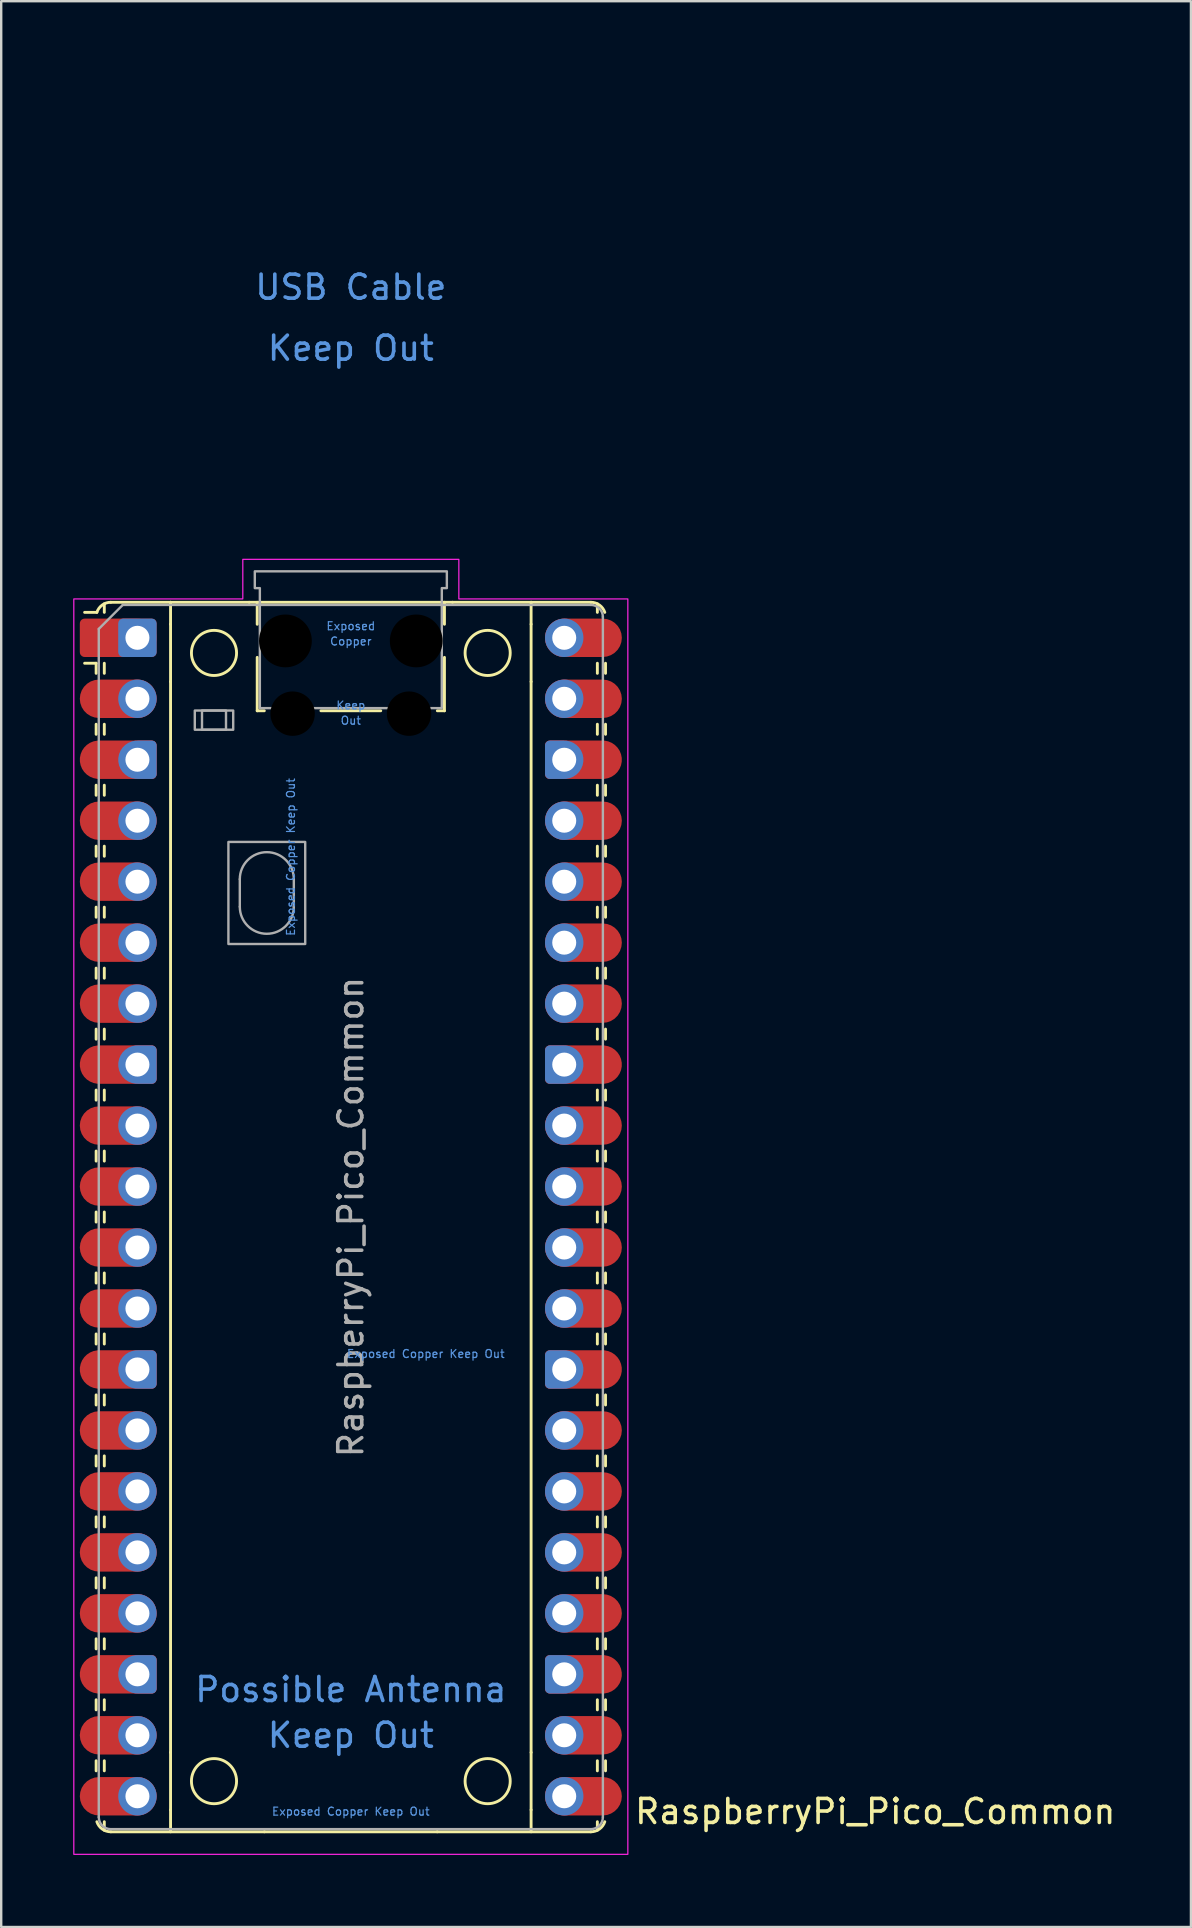
<source format=kicad_pcb>
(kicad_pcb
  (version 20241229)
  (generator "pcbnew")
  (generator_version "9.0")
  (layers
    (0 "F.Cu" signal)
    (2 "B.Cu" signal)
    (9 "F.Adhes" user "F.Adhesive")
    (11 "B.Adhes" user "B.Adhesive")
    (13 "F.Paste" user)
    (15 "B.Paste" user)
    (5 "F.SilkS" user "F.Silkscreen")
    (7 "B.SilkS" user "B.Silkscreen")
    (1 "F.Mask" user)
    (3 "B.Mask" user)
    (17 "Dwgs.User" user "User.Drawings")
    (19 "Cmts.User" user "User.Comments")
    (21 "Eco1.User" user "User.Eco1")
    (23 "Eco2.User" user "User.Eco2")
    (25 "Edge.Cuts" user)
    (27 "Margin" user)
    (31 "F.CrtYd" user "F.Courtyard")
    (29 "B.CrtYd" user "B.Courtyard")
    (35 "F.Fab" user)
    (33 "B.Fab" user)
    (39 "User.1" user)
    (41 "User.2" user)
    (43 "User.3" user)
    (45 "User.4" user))
  (footprint "RaspberryPi_Pico_Common"
    (layer "F.Cu")
    (at 11.565 47.65)
    (property "Reference" "RaspberryPi_Pico_Common" (at 11.748 24.765 0) (unlocked yes) (layer "F.SilkS") (effects (font (size 1 1) (thickness 0.15)) (justify left)))
    (attr through_hole)
    (fp_line (start -10.61 -23.07) (end -11.09 -23.07) (stroke (width 0.12) (type solid)) (layer "F.SilkS"))
    (fp_line (start -10.61 -23.07) (end -10.61 -22.65) (stroke (width 0.12) (type solid)) (layer "F.SilkS"))
    (fp_line (start -10.61 -20.53) (end -10.61 -20.11) (stroke (width 0.12) (type solid)) (layer "F.SilkS"))
    (fp_line (start -10.61 -17.99) (end -10.61 -17.57) (stroke (width 0.12) (type solid)) (layer "F.SilkS"))
    (fp_line (start -10.61 -15.45) (end -10.61 -15.03) (stroke (width 0.12) (type solid)) (layer "F.SilkS"))
    (fp_line (start -10.61 -12.91) (end -10.61 -12.49) (stroke (width 0.12) (type solid)) (layer "F.SilkS"))
    (fp_line (start -10.61 -10.37) (end -10.61 -9.95) (stroke (width 0.12) (type solid)) (layer "F.SilkS"))
    (fp_line (start -10.61 -7.83) (end -10.61 -7.41) (stroke (width 0.12) (type solid)) (layer "F.SilkS"))
    (fp_line (start -10.61 -5.29) (end -10.61 -4.87) (stroke (width 0.12) (type solid)) (layer "F.SilkS"))
    (fp_line (start -10.61 -2.75) (end -10.61 -2.33) (stroke (width 0.12) (type solid)) (layer "F.SilkS"))
    (fp_line (start -10.61 -0.21) (end -10.61 0.21) (stroke (width 0.12) (type solid)) (layer "F.SilkS"))
    (fp_line (start -10.61 2.33) (end -10.61 2.75) (stroke (width 0.12) (type solid)) (layer "F.SilkS"))
    (fp_line (start -10.61 4.87) (end -10.61 5.29) (stroke (width 0.12) (type solid)) (layer "F.SilkS"))
    (fp_line (start -10.61 7.41) (end -10.61 7.83) (stroke (width 0.12) (type solid)) (layer "F.SilkS"))
    (fp_line (start -10.61 9.95) (end -10.61 10.37) (stroke (width 0.12) (type solid)) (layer "F.SilkS"))
    (fp_line (start -10.61 12.49) (end -10.61 12.91) (stroke (width 0.12) (type solid)) (layer "F.SilkS"))
    (fp_line (start -10.61 15.03) (end -10.61 15.45) (stroke (width 0.12) (type solid)) (layer "F.SilkS"))
    (fp_line (start -10.61 17.57) (end -10.61 17.99) (stroke (width 0.12) (type solid)) (layer "F.SilkS"))
    (fp_line (start -10.61 20.11) (end -10.61 20.53) (stroke (width 0.12) (type solid)) (layer "F.SilkS"))
    (fp_line (start -10.61 22.65) (end -10.61 23.07) (stroke (width 0.12) (type solid)) (layer "F.SilkS"))
    (fp_line (start -10.58 -25.19) (end -11.09 -25.19) (stroke (width 0.12) (type solid)) (layer "F.SilkS"))
    (fp_line (start -10.27 -25.19) (end -10.27 -25.547) (stroke (width 0.12) (type solid)) (layer "F.SilkS"))
    (fp_line (start -10.27 -23.07) (end -10.27 -22.65) (stroke (width 0.12) (type solid)) (layer "F.SilkS"))
    (fp_line (start -10.27 -20.53) (end -10.27 -20.11) (stroke (width 0.12) (type solid)) (layer "F.SilkS"))
    (fp_line (start -10.27 -17.99) (end -10.27 -17.57) (stroke (width 0.12) (type solid)) (layer "F.SilkS"))
    (fp_line (start -10.27 -15.45) (end -10.27 -15.03) (stroke (width 0.12) (type solid)) (layer "F.SilkS"))
    (fp_line (start -10.27 -12.91) (end -10.27 -12.49) (stroke (width 0.12) (type solid)) (layer "F.SilkS"))
    (fp_line (start -10.27 -10.37) (end -10.27 -9.95) (stroke (width 0.12) (type solid)) (layer "F.SilkS"))
    (fp_line (start -10.27 -7.83) (end -10.27 -7.41) (stroke (width 0.12) (type solid)) (layer "F.SilkS"))
    (fp_line (start -10.27 -5.29) (end -10.27 -4.87) (stroke (width 0.12) (type solid)) (layer "F.SilkS"))
    (fp_line (start -10.27 -2.75) (end -10.27 -2.33) (stroke (width 0.12) (type solid)) (layer "F.SilkS"))
    (fp_line (start -10.27 -0.21) (end -10.27 0.21) (stroke (width 0.12) (type solid)) (layer "F.SilkS"))
    (fp_line (start -10.27 2.33) (end -10.27 2.75) (stroke (width 0.12) (type solid)) (layer "F.SilkS"))
    (fp_line (start -10.27 4.87) (end -10.27 5.29) (stroke (width 0.12) (type solid)) (layer "F.SilkS"))
    (fp_line (start -10.27 7.41) (end -10.27 7.83) (stroke (width 0.12) (type solid)) (layer "F.SilkS"))
    (fp_line (start -10.27 9.95) (end -10.27 10.37) (stroke (width 0.12) (type solid)) (layer "F.SilkS"))
    (fp_line (start -10.27 12.49) (end -10.27 12.91) (stroke (width 0.12) (type solid)) (layer "F.SilkS"))
    (fp_line (start -10.27 15.03) (end -10.27 15.45) (stroke (width 0.12) (type solid)) (layer "F.SilkS"))
    (fp_line (start -10.27 17.57) (end -10.27 17.99) (stroke (width 0.12) (type solid)) (layer "F.SilkS"))
    (fp_line (start -10.27 20.11) (end -10.27 20.53) (stroke (width 0.12) (type solid)) (layer "F.SilkS"))
    (fp_line (start -10.27 22.65) (end -10.27 23.07) (stroke (width 0.12) (type solid)) (layer "F.SilkS"))
    (fp_line (start -10.27 25.19) (end -10.27 25.547) (stroke (width 0.12) (type solid)) (layer "F.SilkS"))
    (fp_line (start -10 -25.61) (end -7.51 -25.61) (stroke (width 0.12) (type solid)) (layer "F.SilkS"))
    (fp_line (start -10 25.61) (end -3.6 25.61) (stroke (width 0.12) (type solid)) (layer "F.SilkS"))
    (fp_line (start -7.51 -25.61) (end -7.51 -24.696) (stroke (width 0.12) (type solid)) (layer "F.SilkS"))
    (fp_line (start -7.51 -25.61) (end -4.235 -25.61) (stroke (width 0.12) (type solid)) (layer "F.SilkS"))
    (fp_line (start -7.51 -24.696) (end -7.51 -22.304) (stroke (width 0.12) (type solid)) (layer "F.SilkS"))
    (fp_line (start -7.51 -22.304) (end -7.51 22.304) (stroke (width 0.12) (type solid)) (layer "F.SilkS"))
    (fp_line (start -7.51 22.304) (end -7.51 24.696) (stroke (width 0.12) (type solid)) (layer "F.SilkS"))
    (fp_line (start -7.51 24.696) (end -7.51 25.61) (stroke (width 0.12) (type solid)) (layer "F.SilkS"))
    (fp_line (start -4.235 -25.61) (end 4.235 -25.61) (stroke (width 0.12) (type solid)) (layer "F.SilkS"))
    (fp_line (start -3.9 -25.61) (end -3.9 -24.694) (stroke (width 0.12) (type solid)) (layer "F.SilkS"))
    (fp_line (start -3.9 -23.315) (end -3.9 -21.09) (stroke (width 0.12) (type solid)) (layer "F.SilkS"))
    (fp_line (start -3.9 -21.09) (end -3.604 -21.09) (stroke (width 0.12) (type solid)) (layer "F.SilkS"))
    (fp_line (start -1.246 -21.09) (end 1.246 -21.09) (stroke (width 0.12) (type solid)) (layer "F.SilkS"))
    (fp_line (start 3.6 25.61) (end -3.6 25.61) (stroke (width 0.12) (type solid)) (layer "F.SilkS"))
    (fp_line (start 3.6 25.61) (end 10 25.61) (stroke (width 0.12) (type solid)) (layer "F.SilkS"))
    (fp_line (start 3.604 -21.09) (end 3.9 -21.09) (stroke (width 0.12) (type solid)) (layer "F.SilkS"))
    (fp_line (start 3.9 -25.61) (end 3.9 -24.694) (stroke (width 0.12) (type solid)) (layer "F.SilkS"))
    (fp_line (start 3.9 -23.315) (end 3.9 -21.09) (stroke (width 0.12) (type solid)) (layer "F.SilkS"))
    (fp_line (start 4.235 -25.61) (end 7.51 -25.61) (stroke (width 0.12) (type solid)) (layer "F.SilkS"))
    (fp_line (start 7.51 -25.61) (end 7.51 -24.696) (stroke (width 0.12) (type solid)) (layer "F.SilkS"))
    (fp_line (start 7.51 -24.696) (end 7.51 -22.304) (stroke (width 0.12) (type solid)) (layer "F.SilkS"))
    (fp_line (start 7.51 -22.304) (end 7.51 22.304) (stroke (width 0.12) (type solid)) (layer "F.SilkS"))
    (fp_line (start 7.51 22.304) (end 7.51 24.696) (stroke (width 0.12) (type solid)) (layer "F.SilkS"))
    (fp_line (start 7.51 24.696) (end 7.51 25.61) (stroke (width 0.12) (type solid)) (layer "F.SilkS"))
    (fp_line (start 10 -25.61) (end 7.51 -25.61) (stroke (width 0.12) (type solid)) (layer "F.SilkS"))
    (fp_line (start 10.27 -25.19) (end 10.27 -25.547) (stroke (width 0.12) (type solid)) (layer "F.SilkS"))
    (fp_line (start 10.27 -23.07) (end 10.27 -22.65) (stroke (width 0.12) (type solid)) (layer "F.SilkS"))
    (fp_line (start 10.27 -20.53) (end 10.27 -20.11) (stroke (width 0.12) (type solid)) (layer "F.SilkS"))
    (fp_line (start 10.27 -17.99) (end 10.27 -17.57) (stroke (width 0.12) (type solid)) (layer "F.SilkS"))
    (fp_line (start 10.27 -15.45) (end 10.27 -15.03) (stroke (width 0.12) (type solid)) (layer "F.SilkS"))
    (fp_line (start 10.27 -12.91) (end 10.27 -12.49) (stroke (width 0.12) (type solid)) (layer "F.SilkS"))
    (fp_line (start 10.27 -10.37) (end 10.27 -9.95) (stroke (width 0.12) (type solid)) (layer "F.SilkS"))
    (fp_line (start 10.27 -7.83) (end 10.27 -7.41) (stroke (width 0.12) (type solid)) (layer "F.SilkS"))
    (fp_line (start 10.27 -5.29) (end 10.27 -4.87) (stroke (width 0.12) (type solid)) (layer "F.SilkS"))
    (fp_line (start 10.27 -2.75) (end 10.27 -2.33) (stroke (width 0.12) (type solid)) (layer "F.SilkS"))
    (fp_line (start 10.27 -0.21) (end 10.27 0.21) (stroke (width 0.12) (type solid)) (layer "F.SilkS"))
    (fp_line (start 10.27 2.33) (end 10.27 2.75) (stroke (width 0.12) (type solid)) (layer "F.SilkS"))
    (fp_line (start 10.27 4.87) (end 10.27 5.29) (stroke (width 0.12) (type solid)) (layer "F.SilkS"))
    (fp_line (start 10.27 7.41) (end 10.27 7.83) (stroke (width 0.12) (type solid)) (layer "F.SilkS"))
    (fp_line (start 10.27 9.95) (end 10.27 10.37) (stroke (width 0.12) (type solid)) (layer "F.SilkS"))
    (fp_line (start 10.27 12.49) (end 10.27 12.91) (stroke (width 0.12) (type solid)) (layer "F.SilkS"))
    (fp_line (start 10.27 15.03) (end 10.27 15.45) (stroke (width 0.12) (type solid)) (layer "F.SilkS"))
    (fp_line (start 10.27 17.57) (end 10.27 17.99) (stroke (width 0.12) (type solid)) (layer "F.SilkS"))
    (fp_line (start 10.27 20.11) (end 10.27 20.53) (stroke (width 0.12) (type solid)) (layer "F.SilkS"))
    (fp_line (start 10.27 22.65) (end 10.27 23.07) (stroke (width 0.12) (type solid)) (layer "F.SilkS"))
    (fp_line (start 10.27 25.19) (end 10.27 25.547) (stroke (width 0.12) (type solid)) (layer "F.SilkS"))
    (fp_line (start 10.61 -23.07) (end 10.61 -22.65) (stroke (width 0.12) (type solid)) (layer "F.SilkS"))
    (fp_line (start 10.61 -20.53) (end 10.61 -20.11) (stroke (width 0.12) (type solid)) (layer "F.SilkS"))
    (fp_line (start 10.61 -17.99) (end 10.61 -17.57) (stroke (width 0.12) (type solid)) (layer "F.SilkS"))
    (fp_line (start 10.61 -15.45) (end 10.61 -15.03) (stroke (width 0.12) (type solid)) (layer "F.SilkS"))
    (fp_line (start 10.61 -12.91) (end 10.61 -12.49) (stroke (width 0.12) (type solid)) (layer "F.SilkS"))
    (fp_line (start 10.61 -10.37) (end 10.61 -9.95) (stroke (width 0.12) (type solid)) (layer "F.SilkS"))
    (fp_line (start 10.61 -7.83) (end 10.61 -7.41) (stroke (width 0.12) (type solid)) (layer "F.SilkS"))
    (fp_line (start 10.61 -5.29) (end 10.61 -4.87) (stroke (width 0.12) (type solid)) (layer "F.SilkS"))
    (fp_line (start 10.61 -2.75) (end 10.61 -2.33) (stroke (width 0.12) (type solid)) (layer "F.SilkS"))
    (fp_line (start 10.61 -0.21) (end 10.61 0.21) (stroke (width 0.12) (type solid)) (layer "F.SilkS"))
    (fp_line (start 10.61 2.33) (end 10.61 2.75) (stroke (width 0.12) (type solid)) (layer "F.SilkS"))
    (fp_line (start 10.61 4.87) (end 10.61 5.29) (stroke (width 0.12) (type solid)) (layer "F.SilkS"))
    (fp_line (start 10.61 7.41) (end 10.61 7.83) (stroke (width 0.12) (type solid)) (layer "F.SilkS"))
    (fp_line (start 10.61 9.95) (end 10.61 10.37) (stroke (width 0.12) (type solid)) (layer "F.SilkS"))
    (fp_line (start 10.61 12.49) (end 10.61 12.91) (stroke (width 0.12) (type solid)) (layer "F.SilkS"))
    (fp_line (start 10.61 15.03) (end 10.61 15.45) (stroke (width 0.12) (type solid)) (layer "F.SilkS"))
    (fp_line (start 10.61 17.57) (end 10.61 17.99) (stroke (width 0.12) (type solid)) (layer "F.SilkS"))
    (fp_line (start 10.61 20.11) (end 10.61 20.53) (stroke (width 0.12) (type solid)) (layer "F.SilkS"))
    (fp_line (start 10.61 22.65) (end 10.61 23.07) (stroke (width 0.12) (type solid)) (layer "F.SilkS"))
    (fp_arc (start -10.579676 -25.19) (mid -10.357938 -25.493944) (end -10 -25.61) (stroke (width 0.12) (type solid)) (layer "F.SilkS"))
    (fp_arc (start -10 25.61) (mid -10.357937 25.493944) (end -10.579676 25.189937) (stroke (width 0.12) (type solid)) (layer "F.SilkS"))
    (fp_arc (start 10 -25.61) (mid 10.357937 -25.493944) (end 10.579676 -25.189937) (stroke (width 0.12) (type solid)) (layer "F.SilkS"))
    (fp_arc (start 10.579676 25.189937) (mid 10.357947 25.493958) (end 10 25.61) (stroke (width 0.12) (type solid)) (layer "F.SilkS"))
    (fp_circle (center -5.7 -23.5) (end -4.76 -23.5) (stroke (width 0.12) (type solid)) (fill no) (layer "F.SilkS"))
    (fp_circle (center -5.7 23.5) (end -4.76 23.5) (stroke (width 0.12) (type solid)) (fill no) (layer "F.SilkS"))
    (fp_circle (center 5.7 -23.5) (end 6.64 -23.5) (stroke (width 0.12) (type solid)) (fill no) (layer "F.SilkS"))
    (fp_circle (center 5.7 23.5) (end 6.64 23.5) (stroke (width 0.12) (type solid)) (fill no) (layer "F.SilkS"))
    (fp_poly (pts (xy -4.5 -27.4) (xy 4.5 -27.4) (xy 4.5 -25.75) (xy 11.54 -25.75) (xy 11.54 26.55) (xy -11.54 26.55) (xy -11.54 -25.75) (xy -4.5 -25.75)) (stroke (width 0.05) (type solid)) (fill no) (layer "F.CrtYd"))
    (fp_line (start -10.5 -24.5) (end -9.5 -25.5) (stroke (width 0.1) (type solid)) (layer "F.Fab"))
    (fp_line (start -10.5 25) (end -10.5 -24.5) (stroke (width 0.1) (type solid)) (layer "F.Fab"))
    (fp_line (start -9.5 -25.5) (end 10 -25.5) (stroke (width 0.1) (type solid)) (layer "F.Fab"))
    (fp_line (start -4.625 -14.075) (end -4.625 -12.925) (stroke (width 0.1) (type solid)) (layer "F.Fab"))
    (fp_line (start -2.375 -14.075) (end -2.375 -12.925) (stroke (width 0.1) (type solid)) (layer "F.Fab"))
    (fp_line (start 10 25.5) (end -10 25.5) (stroke (width 0.1) (type solid)) (layer "F.Fab"))
    (fp_line (start 10.5 -25) (end 10.5 25) (stroke (width 0.1) (type solid)) (layer "F.Fab"))
    (fp_rect (start -6.5 -21.1) (end -4.9 -20.3) (stroke (width 0.1) (type solid)) (fill no) (layer "F.Fab"))
    (fp_rect (start -6.2 -21.1) (end -5.2 -20.3) (stroke (width 0.1) (type solid)) (fill no) (layer "F.Fab"))
    (fp_rect (start -5.1 -15.625) (end -1.9 -11.375) (stroke (width 0.1) (type solid)) (fill no) (layer "F.Fab"))
    (fp_arc (start -10 25.5) (mid -10.353553 25.353553) (end -10.5 25) (stroke (width 0.1) (type solid)) (layer "F.Fab"))
    (fp_arc (start -4.625 -14.075) (mid -3.5 -15.2) (end -2.375 -14.075) (stroke (width 0.1) (type solid)) (layer "F.Fab"))
    (fp_arc (start -2.375 -12.925) (mid -3.5 -11.8) (end -4.625 -12.925) (stroke (width 0.1) (type solid)) (layer "F.Fab"))
    (fp_arc (start 10 -25.5) (mid 10.353553 -25.353553) (end 10.5 -25) (stroke (width 0.1) (type solid)) (layer "F.Fab"))
    (fp_arc (start 10.5 25) (mid 10.353553 25.353553) (end 10 25.5) (stroke (width 0.1) (type solid)) (layer "F.Fab"))
    (fp_poly (pts (xy 3.79 -21.2) (xy 3.79 -26.2) (xy 4 -26.2) (xy 4 -26.9) (xy -4 -26.9) (xy -4 -26.2) (xy -3.79 -26.2) (xy -3.79 -21.2)) (stroke (width 0.1) (type solid)) (fill no) (layer "F.Fab"))
    (fp_text user "Copper" (at 0 -23.983 0) (unlocked yes) (layer "Cmts.User") (effects (font (size 0.333 0.333) (thickness 0.05))))
    (fp_text user "Out" (at 0 -20.683 0) (unlocked yes) (layer "Cmts.User") (effects (font (size 0.333 0.333) (thickness 0.05))))
    (fp_text user "Exposed" (at 0 -24.617 0) (unlocked yes) (layer "Cmts.User") (effects (font (size 0.333 0.333) (thickness 0.05))))
    (fp_text user "Keep Out" (at 0 21.59 0) (unlocked yes) (layer "Cmts.User") (effects (font (size 1 1) (thickness 0.15))))
    (fp_text user "USB Cable" (at 0 -38.735 0) (unlocked yes) (layer "Cmts.User") (effects (font (size 1 1) (thickness 0.15))))
    (fp_text user "Exposed Copper Keep Out" (at -2.5 -15 90) (unlocked yes) (layer "Cmts.User") (effects (font (size 0.333 0.333) (thickness 0.05))))
    (fp_text user "Keep" (at 0 -21.317 0) (unlocked yes) (layer "Cmts.User") (effects (font (size 0.333 0.333) (thickness 0.05))))
    (fp_text user "Exposed Copper Keep Out" (at 3.124 5.7 0) (unlocked yes) (layer "Cmts.User") (effects (font (size 0.333 0.333) (thickness 0.05))))
    (fp_text user "Possible Antenna" (at 0 19.685 0) (unlocked yes) (layer "Cmts.User") (effects (font (size 1 1) (thickness 0.15))))
    (fp_text user "Keep Out" (at 0 -36.195 0) (unlocked yes) (layer "Cmts.User") (effects (font (size 1 1) (thickness 0.15))))
    (fp_text user "Exposed Copper Keep Out" (at 0 24.765 0) (unlocked yes) (layer "Cmts.User") (effects (font (size 0.333 0.333) (thickness 0.05))))
    (fp_text user "${REFERENCE}" (at 0 0 90) (layer "F.Fab") (effects (font (size 1 1) (thickness 0.15))))
    (pad "" np_thru_hole circle (at -2.725 -24) (size 2.2 2.2) (drill 2.2) (layers "*.Mask"))
    (pad "" np_thru_hole circle (at -2.425 -20.97) (size 1.85 1.85) (drill 1.85) (layers "*.Mask"))
    (pad "" np_thru_hole circle (at 2.425 -20.97) (size 1.85 1.85) (drill 1.85) (layers "*.Mask"))
    (pad "" np_thru_hole circle (at 2.725 -24) (size 2.2 2.2) (drill 2.2) (layers "*.Mask"))
    (pad "1" thru_hole roundrect (at -8.89 -24.13) (size 1.6 1.6) (drill 1) (layers "*.Cu" "*.Mask") (roundrect_rratio 0.125))
    (pad "1" smd custom (at -8.89 -24.13) (size 1.6 1.6) (layers "F.Cu" "F.Mask") (options (anchor circle)) (primitives (gr_poly (pts (xy -2.4 0.6) (xy -2.4 -0.6) (xy -2.2 -0.8) (xy 0 -0.8) (xy 0 0.8) (xy -2.2 0.8)) (width 0) (fill yes)) (gr_circle (center -2.2 0.6) (end -2 0.6) (width 0) (fill yes)) (gr_circle (center -2.2 -0.6) (end -2 -0.6) (width 0) (fill yes))))
    (pad "2" thru_hole circle (at -8.89 -21.59) (size 1.6 1.6) (drill 1) (layers "*.Cu" "*.Mask"))
    (pad "2" smd roundrect (at -8.89 -21.59) (size 3.2 1.6) (drill (offset -0.8 0)) (layers "F.Cu" "F.Mask") (roundrect_rratio 0.5))
    (pad "3" smd custom (at -8.89 -19.05) (size 1.6 1.6) (layers "F.Cu" "F.Mask") (options (anchor circle)) (primitives (gr_poly (pts (xy 0.8 -0.6) (xy 0.8 0.6) (xy 0.6 0.8) (xy -1.6 0.8) (xy -1.6 -0.8) (xy 0.6 -0.8)) (width 0) (fill yes)) (gr_circle (center 0.6 0.6) (end 0.8 0.6) (width 0) (fill yes)) (gr_circle (center 0.6 -0.6) (end 0.8 -0.6) (width 0) (fill yes)) (gr_circle (center -1.6 0) (end -0.8 0) (width 0) (fill yes))))
    (pad "3" thru_hole custom (at -8.89 -19.05) (size 1.6 1.6) (drill 1) (layers "*.Cu" "*.Mask") (options (anchor circle)) (primitives (gr_poly (pts (xy 0.8 0.6) (xy 0.8 -0.6) (xy 0.6 -0.8) (xy 0 -0.8) (xy 0 0.8) (xy 0.6 0.8)) (width 0) (fill yes)) (gr_circle (center 0.6 0.6) (end 0.8 0.6) (width 0) (fill yes)) (gr_circle (center 0.6 -0.6) (end 0.8 -0.6) (width 0) (fill yes))))
    (pad "4" thru_hole circle (at -8.89 -16.51) (size 1.6 1.6) (drill 1) (layers "*.Cu" "*.Mask"))
    (pad "4" smd roundrect (at -8.89 -16.51) (size 3.2 1.6) (drill (offset -0.8 0)) (layers "F.Cu" "F.Mask") (roundrect_rratio 0.5))
    (pad "5" thru_hole circle (at -8.89 -13.97) (size 1.6 1.6) (drill 1) (layers "*.Cu" "*.Mask"))
    (pad "5" smd roundrect (at -8.89 -13.97) (size 3.2 1.6) (drill (offset -0.8 0)) (layers "F.Cu" "F.Mask") (roundrect_rratio 0.5))
    (pad "6" thru_hole circle (at -8.89 -11.43) (size 1.6 1.6) (drill 1) (layers "*.Cu" "*.Mask"))
    (pad "6" smd roundrect (at -8.89 -11.43) (size 3.2 1.6) (drill (offset -0.8 0)) (layers "F.Cu" "F.Mask") (roundrect_rratio 0.5))
    (pad "7" thru_hole circle (at -8.89 -8.89) (size 1.6 1.6) (drill 1) (layers "*.Cu" "*.Mask"))
    (pad "7" smd roundrect (at -8.89 -8.89) (size 3.2 1.6) (drill (offset -0.8 0)) (layers "F.Cu" "F.Mask") (roundrect_rratio 0.5))
    (pad "8" smd custom (at -8.89 -6.35) (size 1.6 1.6) (layers "F.Cu" "F.Mask") (options (anchor circle)) (primitives (gr_poly (pts (xy 0.8 -0.6) (xy 0.8 0.6) (xy 0.6 0.8) (xy -1.6 0.8) (xy -1.6 -0.8) (xy 0.6 -0.8)) (width 0) (fill yes)) (gr_circle (center 0.6 0.6) (end 0.8 0.6) (width 0) (fill yes)) (gr_circle (center 0.6 -0.6) (end 0.8 -0.6) (width 0) (fill yes)) (gr_circle (center -1.6 0) (end -0.8 0) (width 0) (fill yes))))
    (pad "8" thru_hole custom (at -8.89 -6.35) (size 1.6 1.6) (drill 1) (layers "*.Cu" "*.Mask") (options (anchor circle)) (primitives (gr_poly (pts (xy 0.8 0.6) (xy 0.8 -0.6) (xy 0.6 -0.8) (xy 0 -0.8) (xy 0 0.8) (xy 0.6 0.8)) (width 0) (fill yes)) (gr_circle (center 0.6 0.6) (end 0.8 0.6) (width 0) (fill yes)) (gr_circle (center 0.6 -0.6) (end 0.8 -0.6) (width 0) (fill yes))))
    (pad "9" thru_hole circle (at -8.89 -3.81) (size 1.6 1.6) (drill 1) (layers "*.Cu" "*.Mask"))
    (pad "9" smd roundrect (at -8.89 -3.81) (size 3.2 1.6) (drill (offset -0.8 0)) (layers "F.Cu" "F.Mask") (roundrect_rratio 0.5))
    (pad "10" thru_hole circle (at -8.89 -1.27) (size 1.6 1.6) (drill 1) (layers "*.Cu" "*.Mask"))
    (pad "10" smd roundrect (at -8.89 -1.27) (size 3.2 1.6) (drill (offset -0.8 0)) (layers "F.Cu" "F.Mask") (roundrect_rratio 0.5))
    (pad "11" thru_hole circle (at -8.89 1.27) (size 1.6 1.6) (drill 1) (layers "*.Cu" "*.Mask"))
    (pad "11" smd roundrect (at -8.89 1.27) (size 3.2 1.6) (drill (offset -0.8 0)) (layers "F.Cu" "F.Mask") (roundrect_rratio 0.5))
    (pad "12" thru_hole circle (at -8.89 3.81) (size 1.6 1.6) (drill 1) (layers "*.Cu" "*.Mask"))
    (pad "12" smd roundrect (at -8.89 3.81) (size 3.2 1.6) (drill (offset -0.8 0)) (layers "F.Cu" "F.Mask") (roundrect_rratio 0.5))
    (pad "13" smd custom (at -8.89 6.35) (size 1.6 1.6) (layers "F.Cu" "F.Mask") (options (anchor circle)) (primitives (gr_poly (pts (xy 0.8 -0.6) (xy 0.8 0.6) (xy 0.6 0.8) (xy -1.6 0.8) (xy -1.6 -0.8) (xy 0.6 -0.8)) (width 0) (fill yes)) (gr_circle (center 0.6 0.6) (end 0.8 0.6) (width 0) (fill yes)) (gr_circle (center 0.6 -0.6) (end 0.8 -0.6) (width 0) (fill yes)) (gr_circle (center -1.6 0) (end -0.8 0) (width 0) (fill yes))))
    (pad "13" thru_hole custom (at -8.89 6.35) (size 1.6 1.6) (drill 1) (layers "*.Cu" "*.Mask") (options (anchor circle)) (primitives (gr_poly (pts (xy 0.8 0.6) (xy 0.8 -0.6) (xy 0.6 -0.8) (xy 0 -0.8) (xy 0 0.8) (xy 0.6 0.8)) (width 0) (fill yes)) (gr_circle (center 0.6 0.6) (end 0.8 0.6) (width 0) (fill yes)) (gr_circle (center 0.6 -0.6) (end 0.8 -0.6) (width 0) (fill yes))))
    (pad "14" thru_hole circle (at -8.89 8.89) (size 1.6 1.6) (drill 1) (layers "*.Cu" "*.Mask"))
    (pad "14" smd roundrect (at -8.89 8.89) (size 3.2 1.6) (drill (offset -0.8 0)) (layers "F.Cu" "F.Mask") (roundrect_rratio 0.5))
    (pad "15" thru_hole circle (at -8.89 11.43) (size 1.6 1.6) (drill 1) (layers "*.Cu" "*.Mask"))
    (pad "15" smd roundrect (at -8.89 11.43) (size 3.2 1.6) (drill (offset -0.8 0)) (layers "F.Cu" "F.Mask") (roundrect_rratio 0.5))
    (pad "16" thru_hole circle (at -8.89 13.97) (size 1.6 1.6) (drill 1) (layers "*.Cu" "*.Mask"))
    (pad "16" smd roundrect (at -8.89 13.97) (size 3.2 1.6) (drill (offset -0.8 0)) (layers "F.Cu" "F.Mask") (roundrect_rratio 0.5))
    (pad "17" thru_hole circle (at -8.89 16.51) (size 1.6 1.6) (drill 1) (layers "*.Cu" "*.Mask"))
    (pad "17" smd roundrect (at -8.89 16.51) (size 3.2 1.6) (drill (offset -0.8 0)) (layers "F.Cu" "F.Mask") (roundrect_rratio 0.5))
    (pad "18" smd custom (at -8.89 19.05) (size 1.6 1.6) (layers "F.Cu" "F.Mask") (options (anchor circle)) (primitives (gr_poly (pts (xy 0.8 -0.6) (xy 0.8 0.6) (xy 0.6 0.8) (xy -1.6 0.8) (xy -1.6 -0.8) (xy 0.6 -0.8)) (width 0) (fill yes)) (gr_circle (center 0.6 0.6) (end 0.8 0.6) (width 0) (fill yes)) (gr_circle (center 0.6 -0.6) (end 0.8 -0.6) (width 0) (fill yes)) (gr_circle (center -1.6 0) (end -0.8 0) (width 0) (fill yes))))
    (pad "18" thru_hole custom (at -8.89 19.05) (size 1.6 1.6) (drill 1) (layers "*.Cu" "*.Mask") (options (anchor circle)) (primitives (gr_poly (pts (xy 0.8 0.6) (xy 0.8 -0.6) (xy 0.6 -0.8) (xy 0 -0.8) (xy 0 0.8) (xy 0.6 0.8)) (width 0) (fill yes)) (gr_circle (center 0.6 0.6) (end 0.8 0.6) (width 0) (fill yes)) (gr_circle (center 0.6 -0.6) (end 0.8 -0.6) (width 0) (fill yes))))
    (pad "19" thru_hole circle (at -8.89 21.59) (size 1.6 1.6) (drill 1) (layers "*.Cu" "*.Mask"))
    (pad "19" smd roundrect (at -8.89 21.59) (size 3.2 1.6) (drill (offset -0.8 0)) (layers "F.Cu" "F.Mask") (roundrect_rratio 0.5))
    (pad "20" thru_hole circle (at -8.89 24.13) (size 1.6 1.6) (drill 1) (layers "*.Cu" "*.Mask"))
    (pad "20" smd roundrect (at -8.89 24.13) (size 3.2 1.6) (drill (offset -0.8 0)) (layers "F.Cu" "F.Mask") (roundrect_rratio 0.5))
    (pad "21" thru_hole circle (at 8.89 24.13) (size 1.6 1.6) (drill 1) (layers "*.Cu" "*.Mask"))
    (pad "21" smd roundrect (at 8.89 24.13) (size 3.2 1.6) (drill (offset 0.8 0)) (layers "F.Cu" "F.Mask") (roundrect_rratio 0.5))
    (pad "22" thru_hole circle (at 8.89 21.59) (size 1.6 1.6) (drill 1) (layers "*.Cu" "*.Mask"))
    (pad "22" smd roundrect (at 8.89 21.59) (size 3.2 1.6) (drill (offset 0.8 0)) (layers "F.Cu" "F.Mask") (roundrect_rratio 0.5))
    (pad "23" smd custom (at 8.89 19.05) (size 1.6 1.6) (layers "F.Cu" "F.Mask") (options (anchor circle)) (primitives (gr_poly (pts (xy -0.8 -0.6) (xy -0.8 0.6) (xy -0.6 0.8) (xy 1.6 0.8) (xy 1.6 -0.8) (xy -0.6 -0.8)) (width 0) (fill yes)) (gr_circle (center -0.6 0.6) (end -0.4 0.6) (width 0) (fill yes)) (gr_circle (center -0.6 -0.6) (end -0.4 -0.6) (width 0) (fill yes)) (gr_circle (center 1.6 0) (end 2.4 0) (width 0) (fill yes))))
    (pad "23" thru_hole custom (at 8.89 19.05) (size 1.6 1.6) (drill 1) (layers "*.Cu" "*.Mask") (options (anchor circle)) (primitives (gr_poly (pts (xy -0.8 0.6) (xy -0.8 -0.6) (xy -0.6 -0.8) (xy 0 -0.8) (xy 0 0.8) (xy -0.6 0.8)) (width 0) (fill yes)) (gr_circle (center -0.6 0.6) (end -0.4 0.6) (width 0) (fill yes)) (gr_circle (center -0.6 -0.6) (end -0.4 -0.6) (width 0) (fill yes))))
    (pad "24" thru_hole circle (at 8.89 16.51) (size 1.6 1.6) (drill 1) (layers "*.Cu" "*.Mask"))
    (pad "24" smd roundrect (at 8.89 16.51) (size 3.2 1.6) (drill (offset 0.8 0)) (layers "F.Cu" "F.Mask") (roundrect_rratio 0.5))
    (pad "25" thru_hole circle (at 8.89 13.97) (size 1.6 1.6) (drill 1) (layers "*.Cu" "*.Mask"))
    (pad "25" smd roundrect (at 8.89 13.97) (size 3.2 1.6) (drill (offset 0.8 0)) (layers "F.Cu" "F.Mask") (roundrect_rratio 0.5))
    (pad "26" thru_hole circle (at 8.89 11.43) (size 1.6 1.6) (drill 1) (layers "*.Cu" "*.Mask"))
    (pad "26" smd roundrect (at 8.89 11.43) (size 3.2 1.6) (drill (offset 0.8 0)) (layers "F.Cu" "F.Mask") (roundrect_rratio 0.5))
    (pad "27" thru_hole circle (at 8.89 8.89) (size 1.6 1.6) (drill 1) (layers "*.Cu" "*.Mask"))
    (pad "27" smd roundrect (at 8.89 8.89) (size 3.2 1.6) (drill (offset 0.8 0)) (layers "F.Cu" "F.Mask") (roundrect_rratio 0.5))
    (pad "28" smd custom (at 8.89 6.35) (size 1.6 1.6) (layers "F.Cu" "F.Mask") (options (anchor circle)) (primitives (gr_poly (pts (xy -0.8 -0.6) (xy -0.8 0.6) (xy -0.6 0.8) (xy 1.6 0.8) (xy 1.6 -0.8) (xy -0.6 -0.8)) (width 0) (fill yes)) (gr_circle (center -0.6 0.6) (end -0.4 0.6) (width 0) (fill yes)) (gr_circle (center -0.6 -0.6) (end -0.4 -0.6) (width 0) (fill yes)) (gr_circle (center 1.6 0) (end 2.4 0) (width 0) (fill yes))))
    (pad "28" thru_hole custom (at 8.89 6.35) (size 1.6 1.6) (drill 1) (layers "*.Cu" "*.Mask") (options (anchor circle)) (primitives (gr_poly (pts (xy -0.8 0.6) (xy -0.8 -0.6) (xy -0.6 -0.8) (xy 0 -0.8) (xy 0 0.8) (xy -0.6 0.8)) (width 0) (fill yes)) (gr_circle (center -0.6 0.6) (end -0.4 0.6) (width 0) (fill yes)) (gr_circle (center -0.6 -0.6) (end -0.4 -0.6) (width 0) (fill yes))))
    (pad "29" thru_hole circle (at 8.89 3.81) (size 1.6 1.6) (drill 1) (layers "*.Cu" "*.Mask"))
    (pad "29" smd roundrect (at 8.89 3.81) (size 3.2 1.6) (drill (offset 0.8 0)) (layers "F.Cu" "F.Mask") (roundrect_rratio 0.5))
    (pad "30" thru_hole circle (at 8.89 1.27) (size 1.6 1.6) (drill 1) (layers "*.Cu" "*.Mask"))
    (pad "30" smd roundrect (at 8.89 1.27) (size 3.2 1.6) (drill (offset 0.8 0)) (layers "F.Cu" "F.Mask") (roundrect_rratio 0.5))
    (pad "31" thru_hole circle (at 8.89 -1.27) (size 1.6 1.6) (drill 1) (layers "*.Cu" "*.Mask"))
    (pad "31" smd roundrect (at 8.89 -1.27) (size 3.2 1.6) (drill (offset 0.8 0)) (layers "F.Cu" "F.Mask") (roundrect_rratio 0.5))
    (pad "32" thru_hole circle (at 8.89 -3.81) (size 1.6 1.6) (drill 1) (layers "*.Cu" "*.Mask"))
    (pad "32" smd roundrect (at 8.89 -3.81) (size 3.2 1.6) (drill (offset 0.8 0)) (layers "F.Cu" "F.Mask") (roundrect_rratio 0.5))
    (pad "33" smd custom (at 8.89 -6.35) (size 1.6 1.6) (layers "F.Cu" "F.Mask") (options (anchor circle)) (primitives (gr_poly (pts (xy -0.8 -0.6) (xy -0.8 0.6) (xy -0.6 0.8) (xy 1.6 0.8) (xy 1.6 -0.8) (xy -0.6 -0.8)) (width 0) (fill yes)) (gr_circle (center -0.6 0.6) (end -0.4 0.6) (width 0) (fill yes)) (gr_circle (center -0.6 -0.6) (end -0.4 -0.6) (width 0) (fill yes)) (gr_circle (center 1.6 0) (end 2.4 0) (width 0) (fill yes))))
    (pad "33" thru_hole custom (at 8.89 -6.35) (size 1.6 1.6) (drill 1) (layers "*.Cu" "*.Mask") (options (anchor circle)) (primitives (gr_poly (pts (xy -0.8 0.6) (xy -0.8 -0.6) (xy -0.6 -0.8) (xy 0 -0.8) (xy 0 0.8) (xy -0.6 0.8)) (width 0) (fill yes)) (gr_circle (center -0.6 0.6) (end -0.4 0.6) (width 0) (fill yes)) (gr_circle (center -0.6 -0.6) (end -0.4 -0.6) (width 0) (fill yes))))
    (pad "34" thru_hole circle (at 8.89 -8.89) (size 1.6 1.6) (drill 1) (layers "*.Cu" "*.Mask"))
    (pad "34" smd roundrect (at 8.89 -8.89) (size 3.2 1.6) (drill (offset 0.8 0)) (layers "F.Cu" "F.Mask") (roundrect_rratio 0.5))
    (pad "35" thru_hole circle (at 8.89 -11.43) (size 1.6 1.6) (drill 1) (layers "*.Cu" "*.Mask"))
    (pad "35" smd roundrect (at 8.89 -11.43) (size 3.2 1.6) (drill (offset 0.8 0)) (layers "F.Cu" "F.Mask") (roundrect_rratio 0.5))
    (pad "36" thru_hole circle (at 8.89 -13.97) (size 1.6 1.6) (drill 1) (layers "*.Cu" "*.Mask"))
    (pad "36" smd roundrect (at 8.89 -13.97) (size 3.2 1.6) (drill (offset 0.8 0)) (layers "F.Cu" "F.Mask") (roundrect_rratio 0.5))
    (pad "37" thru_hole circle (at 8.89 -16.51) (size 1.6 1.6) (drill 1) (layers "*.Cu" "*.Mask"))
    (pad "37" smd roundrect (at 8.89 -16.51) (size 3.2 1.6) (drill (offset 0.8 0)) (layers "F.Cu" "F.Mask") (roundrect_rratio 0.5))
    (pad "38" smd custom (at 8.89 -19.05) (size 1.6 1.6) (layers "F.Cu" "F.Mask") (options (anchor circle)) (primitives (gr_poly (pts (xy -0.8 -0.6) (xy -0.8 0.6) (xy -0.6 0.8) (xy 1.6 0.8) (xy 1.6 -0.8) (xy -0.6 -0.8)) (width 0) (fill yes)) (gr_circle (center -0.6 0.6) (end -0.4 0.6) (width 0) (fill yes)) (gr_circle (center -0.6 -0.6) (end -0.4 -0.6) (width 0) (fill yes)) (gr_circle (center 1.6 0) (end 2.4 0) (width 0) (fill yes))))
    (pad "38" thru_hole custom (at 8.89 -19.05) (size 1.6 1.6) (drill 1) (layers "*.Cu" "*.Mask") (options (anchor circle)) (primitives (gr_poly (pts (xy -0.8 0.6) (xy -0.8 -0.6) (xy -0.6 -0.8) (xy 0 -0.8) (xy 0 0.8) (xy -0.6 0.8)) (width 0) (fill yes)) (gr_circle (center -0.6 0.6) (end -0.4 0.6) (width 0) (fill yes)) (gr_circle (center -0.6 -0.6) (end -0.4 -0.6) (width 0) (fill yes))))
    (pad "39" thru_hole circle (at 8.89 -21.59) (size 1.6 1.6) (drill 1) (layers "*.Cu" "*.Mask"))
    (pad "39" smd roundrect (at 8.89 -21.59) (size 3.2 1.6) (drill (offset 0.8 0)) (layers "F.Cu" "F.Mask") (roundrect_rratio 0.5))
    (pad "40" thru_hole circle (at 8.89 -24.13) (size 1.6 1.6) (drill 1) (layers "*.Cu" "*.Mask"))
    (pad "40" smd roundrect (at 8.89 -24.13) (size 3.2 1.6) (drill (offset 0.8 0)) (layers "F.Cu" "F.Mask") (roundrect_rratio 0.5))
    (zone (net_name "") (layers "F.Cu" "B.Cu" "F.Paste" "B.Paste") (name "Antenna Copper Keep Out") (hatch full 0.5) (connect_pads) (min_thickness 0.254) (filled_areas_thickness no) (keepout (tracks not_allowed) (vias not_allowed) (pads not_allowed) (copperpour not_allowed) (footprints allowed)) (placement (enabled no)) (fill) (polygon (pts (xy 9.165 72.64) (xy 4.465 68.99) (xy 4.465 64.65) (xy 18.665 64.65) (xy 18.665 68.99) (xy 13.965 72.64) (xy 13.965 73.65) (xy 9.165 73.65))))
    (zone (net_name "") (layers "F.Cu" "F.Paste") (name "Pad Keep Out D1-W") (hatch full 0.5) (connect_pads) (min_thickness 0.25) (filled_areas_thickness no) (keepout (tracks not_allowed) (vias not_allowed) (pads not_allowed) (copperpour not_allowed) (footprints allowed)) (placement (enabled no)) (fill) (polygon (pts (xy 11.194 52.45) (xy 11.249 52.395) (xy 11.322 52.365) (xy 11.362 52.363) (xy 12.149 52.363) (xy 12.149 54.337) (xy 11.362 54.337) (xy 11.322 54.335) (xy 11.249 54.305) (xy 11.194 54.25) (xy 11.164 54.177) (xy 11.162 54.137) (xy 11.162 52.563) (xy 11.164 52.523))))
    (zone (net_name "") (layers "F.Cu" "F.Paste") (name "Pad Keep Out D1-W") (hatch full 0.5) (connect_pads) (min_thickness 0.25) (filled_areas_thickness no) (keepout (tracks not_allowed) (vias not_allowed) (pads not_allowed) (copperpour not_allowed) (footprints allowed)) (placement (enabled no)) (fill) (polygon (pts (xy 12.937 54.337) (xy 12.149 54.337) (xy 12.149 52.363) (xy 12.937 52.363) (xy 12.976 52.365) (xy 13.049 52.395) (xy 13.104 52.45) (xy 13.135 52.523) (xy 13.136 52.563) (xy 13.136 54.137) (xy 13.135 54.177) (xy 13.104 54.25) (xy 13.049 54.305) (xy 12.976 54.335))))
    (zone (net_name "") (layers "F.Cu" "F.Paste") (name "Pad Keep Out TP4") (hatch full 0.5) (connect_pads) (min_thickness 0.25) (filled_areas_thickness no) (keepout (tracks not_allowed) (vias not_allowed) (pads not_allowed) (copperpour not_allowed) (footprints allowed)) (placement (enabled no)) (fill) (polygon (pts (xy 8.549 31.098) (xy 8.423 31.064) (xy 8.309 30.998) (xy 8.217 30.906) (xy 8.151 30.792) (xy 8.117 30.666) (xy 8.115 30.6) (xy 8.115 30.15) (xy 10.015 30.15) (xy 10.015 30.6) (xy 10.013 30.666) (xy 9.979 30.792) (xy 9.913 30.906) (xy 9.821 30.998) (xy 9.707 31.064) (xy 9.581 31.098) (xy 9.515 31.1) (xy 8.615 31.1))))
    (zone (net_name "") (layers "F.Cu" "F.Paste") (name "Pad Keep Out TP5") (hatch full 0.5) (connect_pads) (min_thickness 0.25) (filled_areas_thickness no) (keepout (tracks not_allowed) (vias not_allowed) (pads not_allowed) (copperpour not_allowed) (footprints allowed)) (placement (enabled no)) (fill) (polygon (pts (xy 8.549 33.598) (xy 8.423 33.564) (xy 8.309 33.498) (xy 8.217 33.406) (xy 8.151 33.292) (xy 8.117 33.166) (xy 8.115 33.1) (xy 8.115 32.65) (xy 10.015 32.65) (xy 10.015 33.1) (xy 10.013 33.166) (xy 9.979 33.292) (xy 9.913 33.406) (xy 9.821 33.498) (xy 9.707 33.564) (xy 9.581 33.598) (xy 9.515 33.6) (xy 8.615 33.6))))
    (zone (net_name "") (layers "F.Cu" "F.Paste") (name "Pad Keep Out TP6") (hatch full 0.5) (connect_pads) (min_thickness 0.25) (filled_areas_thickness no) (keepout (tracks not_allowed) (vias not_allowed) (pads not_allowed) (copperpour not_allowed) (footprints allowed)) (placement (enabled no)) (fill) (polygon (pts (xy 8.549 36.098) (xy 8.423 36.064) (xy 8.309 35.998) (xy 8.217 35.906) (xy 8.151 35.792) (xy 8.117 35.666) (xy 8.115 35.6) (xy 8.115 35.15) (xy 10.015 35.15) (xy 10.015 35.6) (xy 10.013 35.666) (xy 9.979 35.792) (xy 9.913 35.906) (xy 9.821 35.998) (xy 9.707 36.064) (xy 9.581 36.098) (xy 9.515 36.1) (xy 8.615 36.1))))
    (zone (net_name "") (layers "F.Cu" "F.Paste") (name "Pad Keep Out TP3") (hatch full 0.5) (connect_pads) (min_thickness 0.25) (filled_areas_thickness no) (keepout (tracks not_allowed) (vias not_allowed) (pads not_allowed) (copperpour not_allowed) (footprints allowed)) (placement (enabled no)) (fill) (polygon (pts (xy 9.617 22.834) (xy 9.651 22.708) (xy 9.717 22.594) (xy 9.809 22.502) (xy 9.923 22.436) (xy 10.049 22.402) (xy 10.115 22.4) (xy 10.565 22.4) (xy 10.565 24.3) (xy 10.115 24.3) (xy 10.049 24.298) (xy 9.923 24.264) (xy 9.809 24.198) (xy 9.717 24.106) (xy 9.651 23.992) (xy 9.617 23.866) (xy 9.615 23.8) (xy 9.615 22.9))))
    (zone (net_name "") (layers "F.Cu" "F.Paste") (name "Pad Keep Out TP4") (hatch full 0.5) (connect_pads) (min_thickness 0.25) (filled_areas_thickness no) (keepout (tracks not_allowed) (vias not_allowed) (pads not_allowed) (copperpour not_allowed) (footprints allowed)) (placement (enabled no)) (fill) (polygon (pts (xy 10.015 30.15) (xy 10.015 29.7) (xy 10.013 29.634) (xy 9.979 29.508) (xy 9.913 29.394) (xy 9.821 29.302) (xy 9.707 29.236) (xy 9.581 29.202) (xy 9.515 29.2) (xy 8.615 29.2) (xy 8.549 29.202) (xy 8.423 29.236) (xy 8.309 29.302) (xy 8.217 29.394) (xy 8.151 29.508) (xy 8.117 29.634) (xy 8.115 29.7) (xy 8.115 30.15))))
    (zone (net_name "") (layers "F.Cu" "F.Paste") (name "Pad Keep Out TP5") (hatch full 0.5) (connect_pads) (min_thickness 0.25) (filled_areas_thickness no) (keepout (tracks not_allowed) (vias not_allowed) (pads not_allowed) (copperpour not_allowed) (footprints allowed)) (placement (enabled no)) (fill) (polygon (pts (xy 10.015 32.65) (xy 10.015 32.2) (xy 10.013 32.134) (xy 9.979 32.008) (xy 9.913 31.894) (xy 9.821 31.802) (xy 9.707 31.736) (xy 9.581 31.702) (xy 9.515 31.7) (xy 8.615 31.7) (xy 8.549 31.702) (xy 8.423 31.736) (xy 8.309 31.802) (xy 8.217 31.894) (xy 8.151 32.008) (xy 8.117 32.134) (xy 8.115 32.2) (xy 8.115 32.65))))
    (zone (net_name "") (layers "F.Cu" "F.Paste") (name "Pad Keep Out TP6") (hatch full 0.5) (connect_pads) (min_thickness 0.25) (filled_areas_thickness no) (keepout (tracks not_allowed) (vias not_allowed) (pads not_allowed) (copperpour not_allowed) (footprints allowed)) (placement (enabled no)) (fill) (polygon (pts (xy 10.015 35.15) (xy 10.015 34.7) (xy 10.013 34.634) (xy 9.979 34.508) (xy 9.913 34.394) (xy 9.821 34.302) (xy 9.707 34.236) (xy 9.581 34.202) (xy 9.515 34.2) (xy 8.615 34.2) (xy 8.549 34.202) (xy 8.423 34.236) (xy 8.309 34.302) (xy 8.217 34.394) (xy 8.151 34.508) (xy 8.117 34.634) (xy 8.115 34.7) (xy 8.115 35.15))))
    (zone (net_name "") (layers "F.Cu" "F.Paste") (name "Pad Keep Out TP3") (hatch full 0.5) (connect_pads) (min_thickness 0.25) (filled_areas_thickness no) (keepout (tracks not_allowed) (vias not_allowed) (pads not_allowed) (copperpour not_allowed) (footprints allowed)) (placement (enabled no)) (fill) (polygon (pts (xy 10.565 24.3) (xy 11.015 24.3) (xy 11.081 24.298) (xy 11.207 24.264) (xy 11.321 24.198) (xy 11.413 24.106) (xy 11.479 23.992) (xy 11.513 23.866) (xy 11.515 23.8) (xy 11.515 22.9) (xy 11.513 22.834) (xy 11.479 22.708) (xy 11.413 22.594) (xy 11.321 22.502) (xy 11.207 22.436) (xy 11.081 22.402) (xy 11.015 22.4) (xy 10.565 22.4))))
    (zone (net_name "") (layers "F.Cu" "F.Paste") (name "Pad Keep Out TP1") (hatch full 0.5) (connect_pads) (min_thickness 0.25) (filled_areas_thickness no) (keepout (tracks not_allowed) (vias not_allowed) (pads not_allowed) (copperpour not_allowed) (footprints allowed)) (placement (enabled no)) (fill) (polygon (pts (xy 10.617 26.134) (xy 10.651 26.008) (xy 10.717 25.894) (xy 10.809 25.802) (xy 10.923 25.736) (xy 11.049 25.702) (xy 11.115 25.7) (xy 11.565 25.7) (xy 11.565 27.6) (xy 11.115 27.6) (xy 11.049 27.598) (xy 10.923 27.564) (xy 10.809 27.498) (xy 10.717 27.406) (xy 10.651 27.292) (xy 10.617 27.166) (xy 10.615 27.1) (xy 10.615 26.2))))
    (zone (net_name "") (layers "F.Cu" "F.Paste") (name "Pad Keep Out TP1") (hatch full 0.5) (connect_pads) (min_thickness 0.25) (filled_areas_thickness no) (keepout (tracks not_allowed) (vias not_allowed) (pads not_allowed) (copperpour not_allowed) (footprints allowed)) (placement (enabled no)) (fill) (polygon (pts (xy 11.565 27.6) (xy 12.015 27.6) (xy 12.081 27.598) (xy 12.207 27.564) (xy 12.321 27.498) (xy 12.413 27.406) (xy 12.479 27.292) (xy 12.513 27.166) (xy 12.515 27.1) (xy 12.515 26.2) (xy 12.513 26.134) (xy 12.479 26.008) (xy 12.413 25.894) (xy 12.321 25.802) (xy 12.207 25.736) (xy 12.081 25.702) (xy 12.015 25.7) (xy 11.565 25.7))))
    (zone (net_name "") (layers "F.Cu" "F.Paste") (name "Pad Keep Out TP2") (hatch full 0.5) (connect_pads) (min_thickness 0.25) (filled_areas_thickness no) (keepout (tracks not_allowed) (vias not_allowed) (pads not_allowed) (copperpour not_allowed) (footprints allowed)) (placement (enabled no)) (fill) (polygon (pts (xy 11.617 22.849) (xy 11.651 22.723) (xy 11.717 22.609) (xy 11.809 22.517) (xy 11.923 22.451) (xy 12.049 22.417) (xy 12.115 22.415) (xy 12.565 22.415) (xy 12.565 24.315) (xy 12.115 24.315) (xy 12.049 24.313) (xy 11.923 24.279) (xy 11.809 24.213) (xy 11.717 24.121) (xy 11.651 24.007) (xy 11.617 23.881) (xy 11.615 23.815) (xy 11.615 22.915))))
    (zone (net_name "") (layers "F.Cu" "F.Paste") (name "Pad Keep Out TP2") (hatch full 0.5) (connect_pads) (min_thickness 0.25) (filled_areas_thickness no) (keepout (tracks not_allowed) (vias not_allowed) (pads not_allowed) (copperpour not_allowed) (footprints allowed)) (placement (enabled no)) (fill) (polygon (pts (xy 12.565 24.315) (xy 13.015 24.315) (xy 13.081 24.313) (xy 13.207 24.279) (xy 13.321 24.213) (xy 13.413 24.121) (xy 13.479 24.007) (xy 13.513 23.881) (xy 13.515 23.815) (xy 13.515 22.915) (xy 13.513 22.849) (xy 13.479 22.723) (xy 13.413 22.609) (xy 13.321 22.517) (xy 13.207 22.451) (xy 13.081 22.417) (xy 13.015 22.415) (xy 12.565 22.415))))
    (zone (net_name "") (layers "F.Cu" "F.Paste") (name "Pad Keep Out D2") (hatch full 0.5) (connect_pads) (min_thickness 0.25) (filled_areas_thickness no) (keepout (tracks not_allowed) (vias not_allowed) (pads not_allowed) (copperpour not_allowed) (footprints allowed)) (placement (enabled no)) (fill) (polygon (pts (xy 10.965 70.55) (xy 11.565 70.55) (arc (start 11.565 74.15) (mid 10.857893 73.857107) (end 10.565 73.15)) (xy 10.565 70.95) (xy 10.567 70.887) (xy 10.606 70.767) (xy 10.68 70.665) (xy 10.782 70.591) (xy 10.902 70.552))))
    (zone (net_name "") (layers "F.Cu" "F.Paste") (name "Pad Keep Out D2") (hatch full 0.5) (connect_pads) (min_thickness 0.25) (filled_areas_thickness no) (keepout (tracks not_allowed) (vias not_allowed) (pads not_allowed) (copperpour not_allowed) (footprints allowed)) (placement (enabled no)) (fill) (polygon (pts (xy 12.165 70.55) (xy 12.228 70.552) (xy 12.348 70.591) (xy 12.45 70.665) (xy 12.524 70.767) (xy 12.563 70.887) (xy 12.565 70.95) (arc (start 12.565 73.15) (mid 12.272107 73.857107) (end 11.565 74.15)) (xy 11.565 70.55))))
    (zone (net_name "") (layers "F.Cu" "F.Paste") (name "Pad Keep Out D2-W") (hatch full 0.508) (connect_pads) (min_thickness 0.254) (filled_areas_thickness no) (keepout (tracks not_allowed) (vias not_allowed) (pads not_allowed) (copperpour not_allowed) (footprints allowed)) (placement (enabled no)) (fill) (polygon (pts (xy 15.681 53.35) (xy 15.662 53.157) (xy 15.606 52.972) (xy 15.516 52.801) (xy 15.393 52.651) (xy 15.244 52.527) (xy 15.074 52.435) (xy 14.889 52.378) (xy 14.696 52.358) (xy 14.503 52.375) (xy 14.317 52.43) (xy 14.146 52.52) (xy 13.995 52.641) (xy 13.87 52.789) (xy 13.777 52.959) (xy 13.719 53.144) (xy 13.697 53.336) (xy 13.713 53.529) (xy 13.767 53.715) (xy 13.855 53.887) (xy 13.975 54.039) (xy 14.123 54.165) (xy 14.292 54.259) (xy 14.476 54.319) (xy 14.668 54.342) (xy 14.861 54.327) (xy 15.048 54.275) (xy 15.221 54.188) (xy 15.373 54.069) (xy 15.5 53.922) (xy 15.595 53.754) (xy 15.657 53.57) (xy 15.681 53.378))))
    (zone (net_name "") (layers "F.Cu" "F.Paste") (name "Pad Keep Out D3-W") (hatch full 0.508) (connect_pads) (min_thickness 0.254) (filled_areas_thickness no) (keepout (tracks not_allowed) (vias not_allowed) (pads not_allowed) (copperpour not_allowed) (footprints allowed)) (placement (enabled no)) (fill) (polygon (pts (xy 18.221 53.35) (xy 18.202 53.157) (xy 18.146 52.972) (xy 18.056 52.801) (xy 17.933 52.651) (xy 17.784 52.527) (xy 17.614 52.435) (xy 17.429 52.378) (xy 17.236 52.358) (xy 17.043 52.375) (xy 16.857 52.43) (xy 16.686 52.52) (xy 16.535 52.641) (xy 16.41 52.789) (xy 16.317 52.959) (xy 16.259 53.144) (xy 16.237 53.336) (xy 16.253 53.529) (xy 16.307 53.715) (xy 16.395 53.887) (xy 16.515 54.039) (xy 16.663 54.165) (xy 16.832 54.259) (xy 17.016 54.319) (xy 17.208 54.342) (xy 17.401 54.327) (xy 17.588 54.275) (xy 17.761 54.188) (xy 17.913 54.069) (xy 18.04 53.922) (xy 18.136 53.754) (xy 18.197 53.57) (xy 18.221 53.378))))
    (zone (net_name "") (layers "F.Cu" "F.Paste") (name "Pad Keep Out D1") (hatch full 0.5) (connect_pads) (min_thickness 0.25) (filled_areas_thickness no) (keepout (tracks not_allowed) (vias not_allowed) (pads not_allowed) (copperpour not_allowed) (footprints allowed)) (placement (enabled no)) (fill) (polygon (pts (arc (start 8.025 73.15) (mid 8.317893 73.857107) (end 9.025 74.15)) (arc (start 9.025 70.55) (mid 8.317893 70.842893) (end 8.025 71.55)))))
    (zone (net_name "") (layers "F.Cu" "F.Paste") (name "Pad Keep Out D1") (hatch full 0.5) (connect_pads) (min_thickness 0.25) (filled_areas_thickness no) (keepout (tracks not_allowed) (vias not_allowed) (pads not_allowed) (copperpour not_allowed) (footprints allowed)) (placement (enabled no)) (fill) (polygon (pts (arc (start 9.025 74.15) (mid 9.732107 73.857107) (end 10.025 73.15)) (arc (start 10.025 71.55) (mid 9.732107 70.842893) (end 9.025 70.55)))))
    (zone (net_name "") (layers "F.Cu" "F.Paste") (name "Pad Keep Out D3") (hatch full 0.5) (connect_pads) (min_thickness 0.25) (filled_areas_thickness no) (keepout (tracks not_allowed) (vias not_allowed) (pads not_allowed) (copperpour not_allowed) (footprints allowed)) (placement (enabled no)) (fill) (polygon (pts (arc (start 13.105141 73.149925) (mid 13.398034 73.857032) (end 14.105141 74.149925)) (arc (start 14.105141 70.549925) (mid 13.398034 70.842818) (end 13.105141 71.549925)))))
    (zone (net_name "") (layers "F.Cu" "F.Paste") (name "Pad Keep Out D3") (hatch full 0.5) (connect_pads) (min_thickness 0.25) (filled_areas_thickness no) (keepout (tracks not_allowed) (vias not_allowed) (pads not_allowed) (copperpour not_allowed) (footprints allowed)) (placement (enabled no)) (fill) (polygon (pts (arc (start 14.105141 74.149925) (mid 14.812248 73.857032) (end 15.105141 73.149925)) (arc (start 15.105141 71.549925) (mid 14.812248 70.842818) (end 14.105141 70.549925)))))
    (zone (net_name "") (layer "Edge.Cuts") (name "Board Keep Out USB Cable") (hatch edge 0.5) (connect_pads) (min_thickness 0.254) (filled_areas_thickness no) (keepout (tracks allowed) (vias allowed) (pads allowed) (copperpour allowed) (footprints allowed)) (placement (enabled no)) (fill) (polygon (pts (xy 5.365 0) (xy 17.765 0) (xy 17.765 20.4) (xy 5.365 20.4))))
    (zone (net_name "") (layer "F.CrtYd") (name "USB Cable Keep Out") (hatch full 0.5) (connect_pads) (min_thickness 0.254) (filled_areas_thickness no) (keepout (tracks allowed) (vias allowed) (pads allowed) (copperpour allowed) (footprints not_allowed)) (placement (enabled no)) (fill) (polygon (pts (xy 5.815 19.95) (xy 7.625 19.95) (xy 7.625 20.25) (xy 15.505 20.25) (xy 15.505 19.95) (xy 17.315 19.95) (xy 17.315 0.45) (xy 5.815 0.45)))))
  (gr_rect
    (start -3 -3)
    (end 46.563 77.225)
    (stroke (width 0.1) (type default))
    (fill no)
    (layer "Edge.Cuts")))
</source>
